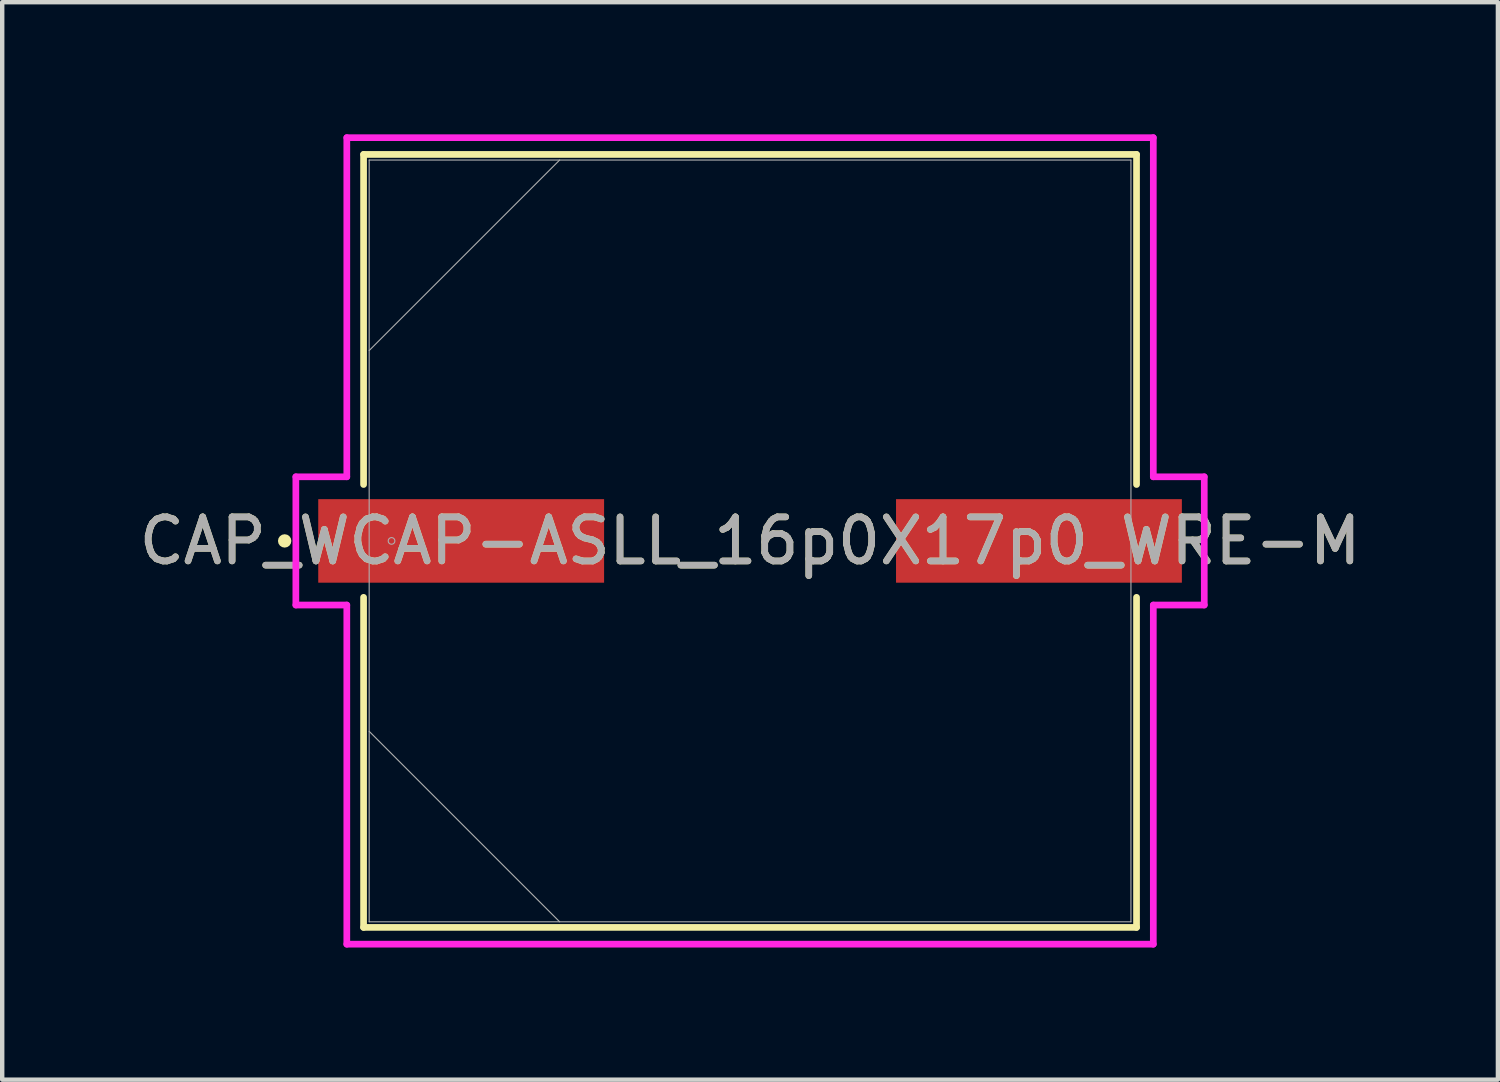
<source format=kicad_pcb>
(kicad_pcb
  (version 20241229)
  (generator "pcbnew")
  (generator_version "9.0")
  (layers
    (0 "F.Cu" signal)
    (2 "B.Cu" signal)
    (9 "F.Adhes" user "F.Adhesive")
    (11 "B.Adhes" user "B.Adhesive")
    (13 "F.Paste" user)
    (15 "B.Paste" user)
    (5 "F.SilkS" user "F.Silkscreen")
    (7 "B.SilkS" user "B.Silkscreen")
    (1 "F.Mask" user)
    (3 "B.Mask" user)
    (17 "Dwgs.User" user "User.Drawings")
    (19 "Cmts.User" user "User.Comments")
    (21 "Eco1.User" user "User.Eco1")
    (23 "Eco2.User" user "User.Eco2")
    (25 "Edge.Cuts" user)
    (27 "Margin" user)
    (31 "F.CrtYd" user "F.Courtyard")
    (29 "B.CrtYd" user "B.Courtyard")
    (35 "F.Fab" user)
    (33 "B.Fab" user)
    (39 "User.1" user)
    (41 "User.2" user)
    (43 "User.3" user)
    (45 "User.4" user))
  (footprint "CAP_WCAP-ASLL_16p0X17p0_WRE-M"
    (layer "F.Cu")
    (at 13.982 9.233)
    (property "Reference" "CAP_WCAP-ASLL_16p0X17p0_WRE-M" (at 0 0 0) (unlocked yes) (layer "F.SilkS") (effects (font (size 1 1) (thickness 0.15))))
    (attr smd)
    (fp_line (start -8.776 -8.776) (end -8.776 -1.281) (stroke (width 0.152) (type solid)) (layer "F.SilkS"))
    (fp_line (start -8.776 1.281) (end -8.776 8.776) (stroke (width 0.152) (type solid)) (layer "F.SilkS"))
    (fp_line (start -8.776 8.776) (end 8.776 8.776) (stroke (width 0.152) (type solid)) (layer "F.SilkS"))
    (fp_line (start 8.776 -8.776) (end -8.776 -8.776) (stroke (width 0.152) (type solid)) (layer "F.SilkS"))
    (fp_line (start 8.776 -1.281) (end 8.776 -8.776) (stroke (width 0.152) (type solid)) (layer "F.SilkS"))
    (fp_line (start 8.776 8.776) (end 8.776 1.281) (stroke (width 0.152) (type solid)) (layer "F.SilkS"))
    (fp_circle (center -10.568 0) (end -10.492 0) (stroke (width 0.152) (type solid)) (fill no) (layer "F.SilkS"))
    (fp_line (start -10.314 -1.456) (end -9.157 -1.456) (stroke (width 0.152) (type solid)) (layer "F.CrtYd"))
    (fp_line (start -10.314 1.456) (end -10.314 -1.456) (stroke (width 0.152) (type solid)) (layer "F.CrtYd"))
    (fp_line (start -9.157 -9.157) (end 9.157 -9.157) (stroke (width 0.152) (type solid)) (layer "F.CrtYd"))
    (fp_line (start -9.157 -1.456) (end -9.157 -9.157) (stroke (width 0.152) (type solid)) (layer "F.CrtYd"))
    (fp_line (start -9.157 1.456) (end -10.314 1.456) (stroke (width 0.152) (type solid)) (layer "F.CrtYd"))
    (fp_line (start -9.157 9.157) (end -9.157 1.456) (stroke (width 0.152) (type solid)) (layer "F.CrtYd"))
    (fp_line (start 9.157 -9.157) (end 9.157 -1.456) (stroke (width 0.152) (type solid)) (layer "F.CrtYd"))
    (fp_line (start 9.157 -1.456) (end 10.314 -1.456) (stroke (width 0.152) (type solid)) (layer "F.CrtYd"))
    (fp_line (start 9.157 1.456) (end 9.157 9.157) (stroke (width 0.152) (type solid)) (layer "F.CrtYd"))
    (fp_line (start 9.157 9.157) (end -9.157 9.157) (stroke (width 0.152) (type solid)) (layer "F.CrtYd"))
    (fp_line (start 10.314 -1.456) (end 10.314 1.456) (stroke (width 0.152) (type solid)) (layer "F.CrtYd"))
    (fp_line (start 10.314 1.456) (end 9.157 1.456) (stroke (width 0.152) (type solid)) (layer "F.CrtYd"))
    (fp_line (start -8.649 -8.649) (end -8.649 8.649) (stroke (width 0.025) (type solid)) (layer "F.Fab"))
    (fp_line (start -8.649 -4.324) (end -4.324 -8.649) (stroke (width 0.025) (type solid)) (layer "F.Fab"))
    (fp_line (start -8.649 4.324) (end -4.324 8.649) (stroke (width 0.025) (type solid)) (layer "F.Fab"))
    (fp_line (start -8.649 8.649) (end 8.649 8.649) (stroke (width 0.025) (type solid)) (layer "F.Fab"))
    (fp_line (start 8.649 -8.649) (end -8.649 -8.649) (stroke (width 0.025) (type solid)) (layer "F.Fab"))
    (fp_line (start 8.649 8.649) (end 8.649 -8.649) (stroke (width 0.025) (type solid)) (layer "F.Fab"))
    (fp_circle (center -8.141 0) (end -8.065 0) (stroke (width 0.025) (type solid)) (fill no) (layer "F.Fab"))
    (fp_text user "${REFERENCE}" (at 0 0 0) (unlocked yes) (layer "F.Fab") (effects (font (size 1 1) (thickness 0.15))))
    (pad "1" smd rect (at -6.56 0) (size 6.491 1.897) (layers "F.Cu" "F.Mask" "F.Paste"))
    (pad "2" smd rect (at 6.56 0) (size 6.491 1.897) (layers "F.Cu" "F.Mask" "F.Paste"))
    (zone (net_name "") (layer "F.Cu") (hatch full 0.508) (connect_pads) (min_thickness 0.254) (filled_areas_thickness no) (keepout (tracks not_allowed) (vias not_allowed) (pads allowed) (copperpour not_allowed) (footprints allowed)) (placement (enabled no)) (fill) (polygon (pts (xy 5.384 0.635) (xy 22.58 0.635) (xy 22.58 8.234) (xy 5.384 8.234))))
    (zone (net_name "") (layer "F.Cu") (hatch full 0.508) (connect_pads) (min_thickness 0.254) (filled_areas_thickness no) (keepout (tracks not_allowed) (vias not_allowed) (pads allowed) (copperpour not_allowed) (footprints allowed)) (placement (enabled no)) (fill) (polygon (pts (xy 5.384 10.232) (xy 22.58 10.232) (xy 22.58 17.831) (xy 5.384 17.831))))
    (zone (net_name "") (layer "F.Cu") (hatch full 0.508) (connect_pads) (min_thickness 0.254) (filled_areas_thickness no) (keepout (tracks not_allowed) (vias not_allowed) (pads allowed) (copperpour not_allowed) (footprints allowed)) (placement (enabled no)) (fill) (polygon (pts (xy 10.718 8.234) (xy 17.246 8.234) (xy 17.246 10.232) (xy 10.718 10.232)))))
  (gr_rect
    (start -3 -3)
    (end 30.964 21.466)
    (stroke (width 0.1) (type default))
    (fill no)
    (layer "Edge.Cuts")))
</source>
